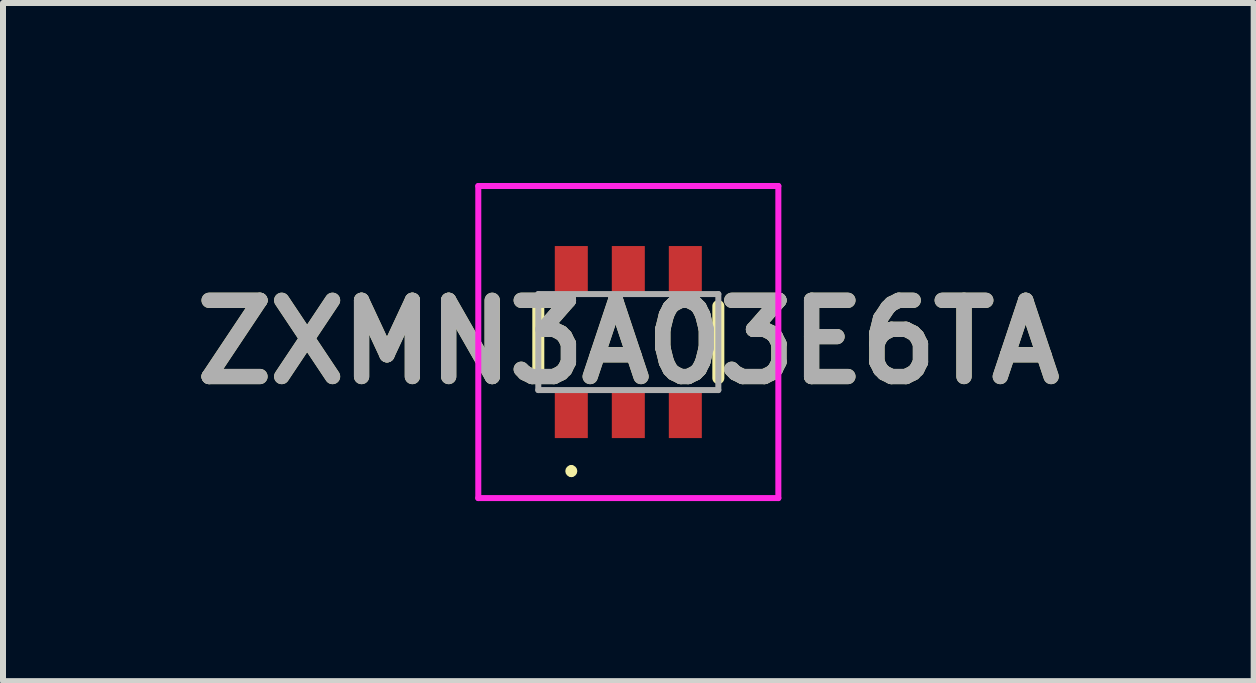
<source format=kicad_pcb>
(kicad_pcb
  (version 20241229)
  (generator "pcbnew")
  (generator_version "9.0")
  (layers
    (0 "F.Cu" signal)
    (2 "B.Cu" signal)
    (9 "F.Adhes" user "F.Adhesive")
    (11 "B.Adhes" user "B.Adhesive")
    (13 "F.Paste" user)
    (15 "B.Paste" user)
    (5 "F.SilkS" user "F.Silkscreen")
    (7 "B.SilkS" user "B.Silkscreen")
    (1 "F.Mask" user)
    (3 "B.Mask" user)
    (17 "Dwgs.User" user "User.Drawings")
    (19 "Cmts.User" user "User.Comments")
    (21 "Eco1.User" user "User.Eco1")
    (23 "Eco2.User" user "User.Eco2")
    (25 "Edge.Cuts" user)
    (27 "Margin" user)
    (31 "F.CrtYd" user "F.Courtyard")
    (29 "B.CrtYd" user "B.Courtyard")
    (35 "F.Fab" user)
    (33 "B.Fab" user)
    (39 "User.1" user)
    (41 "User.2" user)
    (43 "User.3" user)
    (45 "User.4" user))
  (footprint "ZXMN3A03E6TA"
    (layer "F.Cu")
    (at 7.42 2.65)
    (property "Reference" "ZXMN3A03E6TA" (at 0 0 0) (layer "F.SilkS") (effects (font (size 1.27 1.27) (thickness 0.254))))
    (attr smd)
    (fp_line (start -1.5 -0.6) (end -1.5 0.6) (stroke (width 0.2) (type solid)) (layer "F.SilkS"))
    (fp_line (start -0.95 2.1) (end -0.95 2.1) (stroke (width 0.1) (type solid)) (layer "F.SilkS"))
    (fp_line (start -0.95 2.2) (end -0.95 2.2) (stroke (width 0.1) (type solid)) (layer "F.SilkS"))
    (fp_line (start 1.5 -0.6) (end 1.5 0.6) (stroke (width 0.2) (type solid)) (layer "F.SilkS"))
    (fp_arc (start -0.95 2.1) (mid -0.9 2.15) (end -0.95 2.2) (stroke (width 0.1) (type solid)) (layer "F.SilkS"))
    (fp_arc (start -0.95 2.2) (mid -1 2.15) (end -0.95 2.1) (stroke (width 0.1) (type solid)) (layer "F.SilkS"))
    (fp_line (start -2.5 -2.6) (end 2.5 -2.6) (stroke (width 0.1) (type solid)) (layer "F.CrtYd"))
    (fp_line (start -2.5 2.6) (end -2.5 -2.6) (stroke (width 0.1) (type solid)) (layer "F.CrtYd"))
    (fp_line (start 2.5 -2.6) (end 2.5 2.6) (stroke (width 0.1) (type solid)) (layer "F.CrtYd"))
    (fp_line (start 2.5 2.6) (end -2.5 2.6) (stroke (width 0.1) (type solid)) (layer "F.CrtYd"))
    (fp_line (start -1.5 -0.8) (end -1.5 0.8) (stroke (width 0.1) (type solid)) (layer "F.Fab"))
    (fp_line (start -1.5 0.8) (end 1.5 0.8) (stroke (width 0.1) (type solid)) (layer "F.Fab"))
    (fp_line (start 1.5 -0.8) (end -1.5 -0.8) (stroke (width 0.1) (type solid)) (layer "F.Fab"))
    (fp_line (start 1.5 0.8) (end 1.5 -0.8) (stroke (width 0.1) (type solid)) (layer "F.Fab"))
    (fp_text user "${REFERENCE}" (at 0 0 0) (layer "F.Fab") (effects (font (size 1.27 1.27) (thickness 0.254))))
    (pad "1" smd rect (at -0.95 1.2) (size 0.55 0.8) (layers "F.Cu" "F.Mask" "F.Paste"))
    (pad "2" smd rect (at 0 1.2) (size 0.55 0.8) (layers "F.Cu" "F.Mask" "F.Paste"))
    (pad "3" smd rect (at 0.95 1.2) (size 0.55 0.8) (layers "F.Cu" "F.Mask" "F.Paste"))
    (pad "4" smd rect (at 0.95 -1.2) (size 0.55 0.8) (layers "F.Cu" "F.Mask" "F.Paste"))
    (pad "5" smd rect (at 0 -1.2) (size 0.55 0.8) (layers "F.Cu" "F.Mask" "F.Paste"))
    (pad "6" smd rect (at -0.95 -1.2) (size 0.55 0.8) (layers "F.Cu" "F.Mask" "F.Paste")))
  (gr_rect
    (start -3 -3)
    (end 17.841 8.3)
    (stroke (width 0.1) (type default))
    (fill no)
    (layer "Edge.Cuts")))
</source>
